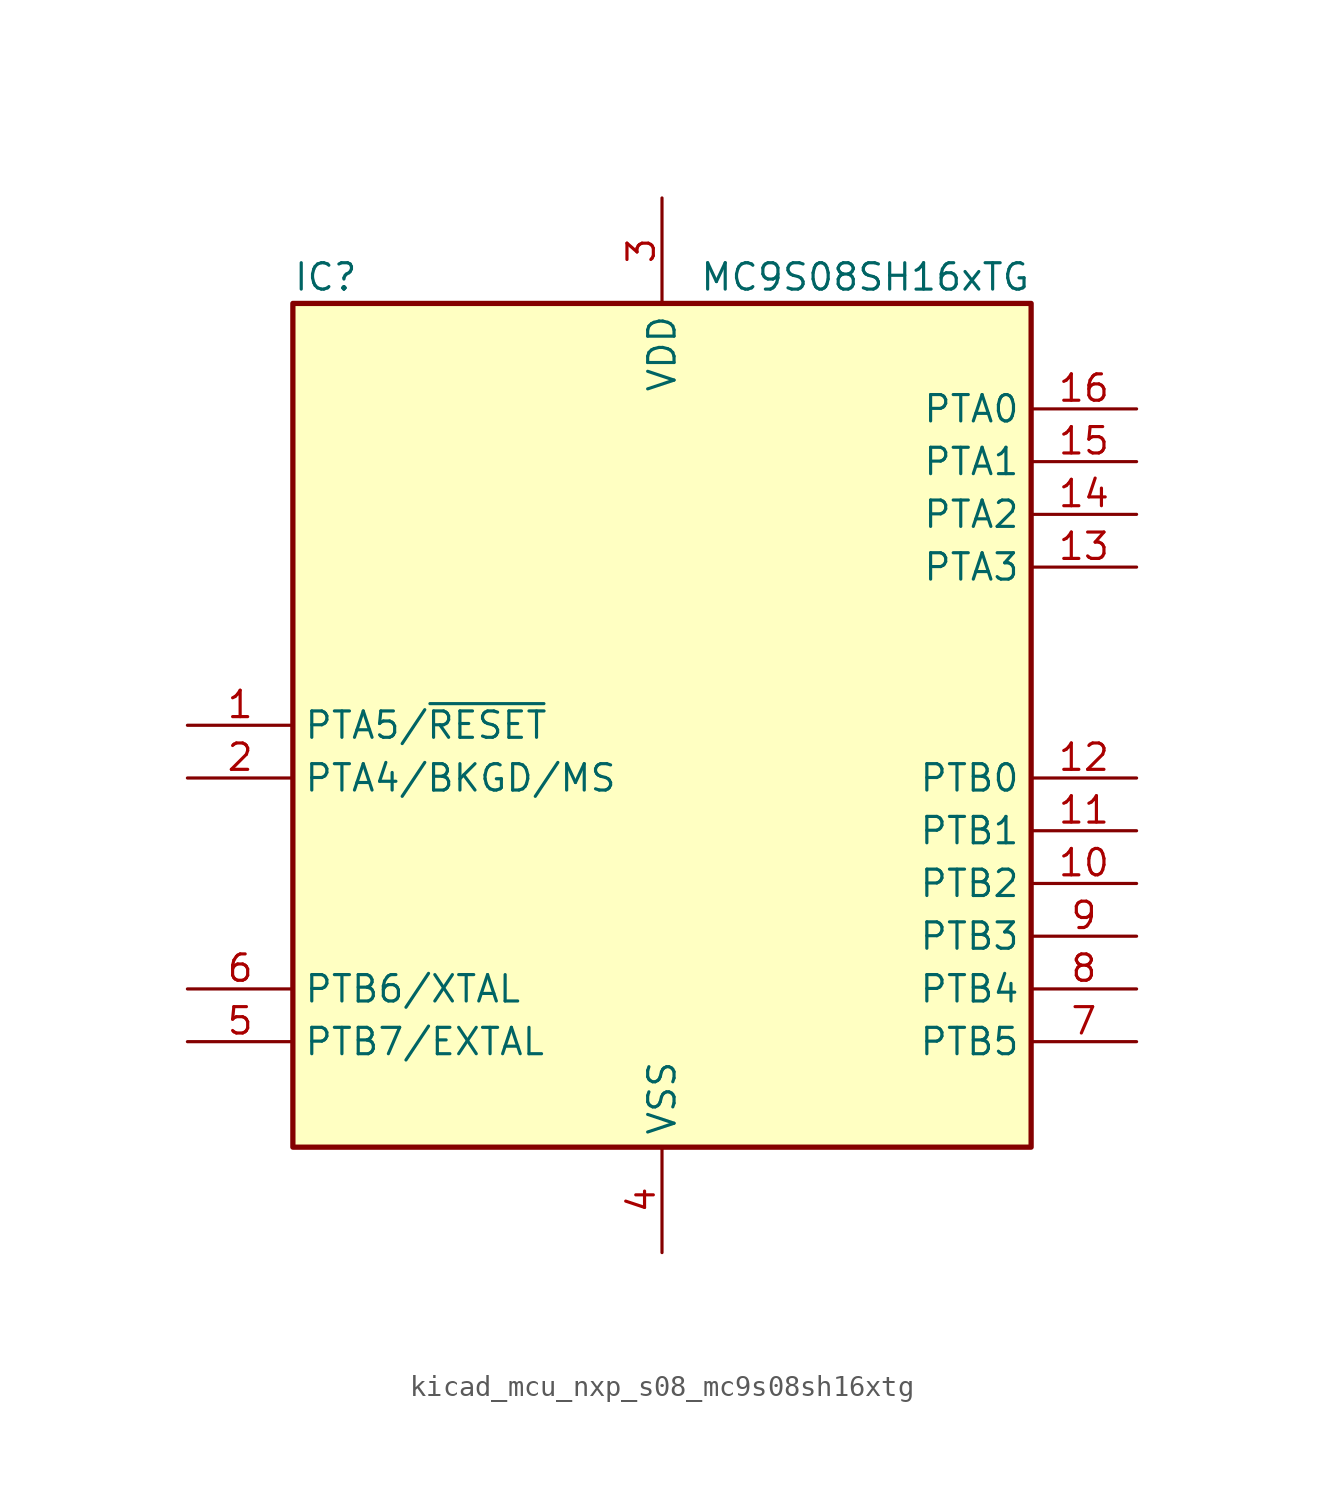
<source format=kicad_sym>
(kicad_symbol_lib
  (version 20220914)
  (generator kicad_symbol_editor)
  (symbol "kicad_mcu_nxp_s08_mc9s08sh16xtg"
    (property "Reference" "IC"
      (at -17.78 21.59 0)
      (effects (font (size 1.27 1.27)) (justify left)))
    (property "Value" "MC9S08SH16xTG"
      (at 17.78 21.59 0)
      (effects (font (size 1.27 1.27)) (justify right)))
    (symbol "kicad_mcu_nxp_s08_mc9s08sh16xtg_0_1"
      (rectangle (start -17.78 20.32) (end 17.78 -20.32) (stroke (width 0.254) (type default)) (fill (type background))))
    (symbol "kicad_mcu_nxp_s08_mc9s08sh16xtg_1_1"
      (pin bidirectional line (at -22.86 0 0) (length 5.08) (name "PTA5/~{RESET}" (effects (font (size 1.27 1.27)))) (number "1" (effects (font (size 1.27 1.27)))))
      (pin bidirectional line (at 22.86 -7.62 180) (length 5.08) (name "PTB2" (effects (font (size 1.27 1.27)))) (number "10" (effects (font (size 1.27 1.27)))))
      (pin bidirectional line (at 22.86 -5.08 180) (length 5.08) (name "PTB1" (effects (font (size 1.27 1.27)))) (number "11" (effects (font (size 1.27 1.27)))))
      (pin bidirectional line (at 22.86 -2.54 180) (length 5.08) (name "PTB0" (effects (font (size 1.27 1.27)))) (number "12" (effects (font (size 1.27 1.27)))))
      (pin bidirectional line (at 22.86 7.62 180) (length 5.08) (name "PTA3" (effects (font (size 1.27 1.27)))) (number "13" (effects (font (size 1.27 1.27)))))
      (pin bidirectional line (at 22.86 10.16 180) (length 5.08) (name "PTA2" (effects (font (size 1.27 1.27)))) (number "14" (effects (font (size 1.27 1.27)))))
      (pin bidirectional line (at 22.86 12.7 180) (length 5.08) (name "PTA1" (effects (font (size 1.27 1.27)))) (number "15" (effects (font (size 1.27 1.27)))))
      (pin bidirectional line (at 22.86 15.24 180) (length 5.08) (name "PTA0" (effects (font (size 1.27 1.27)))) (number "16" (effects (font (size 1.27 1.27)))))
      (pin bidirectional line (at -22.86 -2.54 0) (length 5.08) (name "PTA4/BKGD/MS" (effects (font (size 1.27 1.27)))) (number "2" (effects (font (size 1.27 1.27)))))
      (pin power_in line (at 0 25.4 270) (length 5.08) (name "VDD" (effects (font (size 1.27 1.27)))) (number "3" (effects (font (size 1.27 1.27)))))
      (pin power_in line (at 0 -25.4 90) (length 5.08) (name "VSS" (effects (font (size 1.27 1.27)))) (number "4" (effects (font (size 1.27 1.27)))))
      (pin bidirectional line (at -22.86 -15.24 0) (length 5.08) (name "PTB7/EXTAL" (effects (font (size 1.27 1.27)))) (number "5" (effects (font (size 1.27 1.27)))))
      (pin bidirectional line (at -22.86 -12.7 0) (length 5.08) (name "PTB6/XTAL" (effects (font (size 1.27 1.27)))) (number "6" (effects (font (size 1.27 1.27)))))
      (pin bidirectional line (at 22.86 -15.24 180) (length 5.08) (name "PTB5" (effects (font (size 1.27 1.27)))) (number "7" (effects (font (size 1.27 1.27)))))
      (pin bidirectional line (at 22.86 -12.7 180) (length 5.08) (name "PTB4" (effects (font (size 1.27 1.27)))) (number "8" (effects (font (size 1.27 1.27)))))
      (pin bidirectional line (at 22.86 -10.16 180) (length 5.08) (name "PTB3" (effects (font (size 1.27 1.27)))) (number "9" (effects (font (size 1.27 1.27))))))))
</source>
